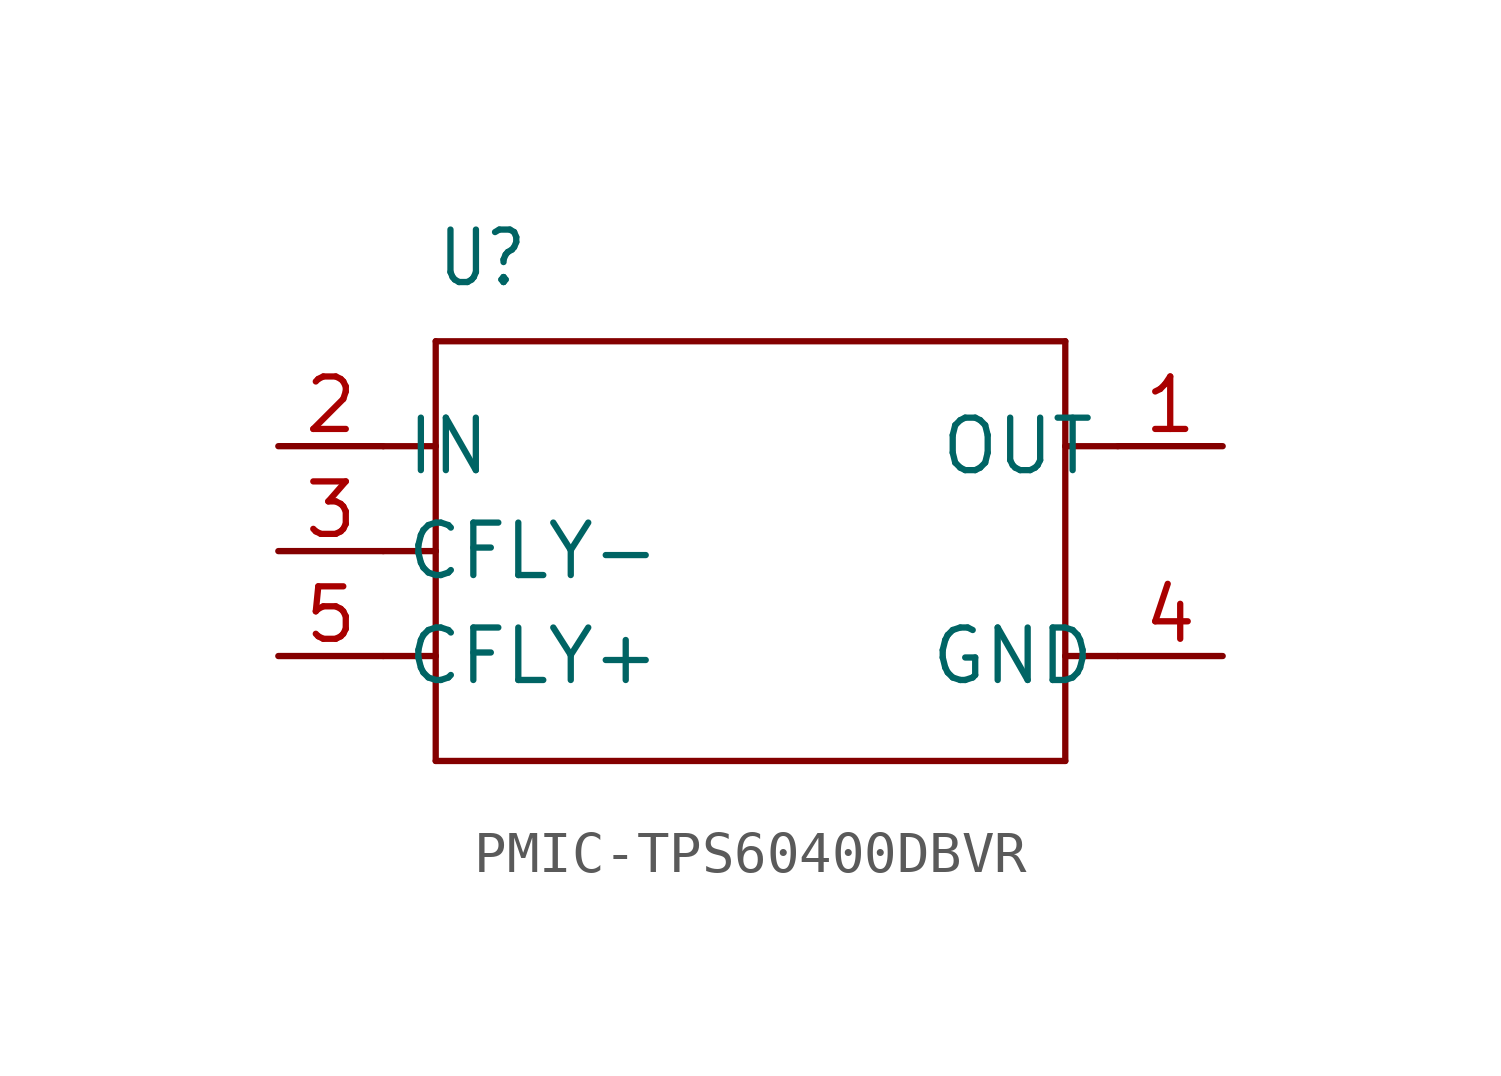
<source format=kicad_sym>
(kicad_symbol_lib
  (version 20220914)
  (generator kicad_symbol_editor)
  (symbol "PMIC-TPS60400DBVR"
    (property "Reference" "U"
      (at -7.62 6.35 0)
      (effects (font (size 1.27 1.079)) (justify left bottom)))
    (property "Value" ""
      (at -7.62 5.08 0)
      (effects (font (size 1.27 1.079)) (justify left bottom)))
    (property "ki_locked" ""
      (at 0 0 0)
      (effects (font (size 1.27 1.27))))
    (symbol "PMIC-TPS60400DBVR_1_0"
      (polyline (pts (xy -7.62 -5.08) (xy -7.62 -2.54)) (stroke (width 0.152) (type solid)) (fill (type none)))
      (polyline (pts (xy -7.62 -2.54) (xy -8.89 -2.54)) (stroke (width 0.152) (type solid)) (fill (type none)))
      (polyline (pts (xy -7.62 -2.54) (xy -7.62 0)) (stroke (width 0.152) (type solid)) (fill (type none)))
      (polyline (pts (xy -7.62 0) (xy -8.89 0)) (stroke (width 0.152) (type solid)) (fill (type none)))
      (polyline (pts (xy -7.62 0) (xy -7.62 2.54)) (stroke (width 0.152) (type solid)) (fill (type none)))
      (polyline (pts (xy -7.62 2.54) (xy -8.89 2.54)) (stroke (width 0.152) (type solid)) (fill (type none)))
      (polyline (pts (xy -7.62 2.54) (xy -7.62 5.08)) (stroke (width 0.152) (type solid)) (fill (type none)))
      (polyline (pts (xy -7.62 5.08) (xy 7.62 5.08)) (stroke (width 0.152) (type solid)) (fill (type none)))
      (polyline (pts (xy 7.62 -5.08) (xy -7.62 -5.08)) (stroke (width 0.152) (type solid)) (fill (type none)))
      (polyline (pts (xy 7.62 -2.54) (xy 7.62 -5.08)) (stroke (width 0.152) (type solid)) (fill (type none)))
      (polyline (pts (xy 7.62 2.54) (xy 7.62 -2.54)) (stroke (width 0.152) (type solid)) (fill (type none)))
      (polyline (pts (xy 7.62 5.08) (xy 7.62 2.54)) (stroke (width 0.152) (type solid)) (fill (type none)))
      (polyline (pts (xy 8.89 -2.54) (xy 7.62 -2.54)) (stroke (width 0.152) (type solid)) (fill (type none)))
      (polyline (pts (xy 8.89 2.54) (xy 7.62 2.54)) (stroke (width 0.152) (type solid)) (fill (type none)))
      (pin bidirectional line (at 11.43 2.54 180) (length 2.54) (name "OUT" (effects (font (size 1.27 1.27)))) (number "1" (effects (font (size 1.27 1.27)))))
      (pin bidirectional line (at -11.43 2.54 0) (length 2.54) (name "IN" (effects (font (size 1.27 1.27)))) (number "2" (effects (font (size 1.27 1.27)))))
      (pin bidirectional line (at -11.43 0 0) (length 2.54) (name "CFLY-" (effects (font (size 1.27 1.27)))) (number "3" (effects (font (size 1.27 1.27)))))
      (pin bidirectional line (at 11.43 -2.54 180) (length 2.54) (name "GND" (effects (font (size 1.27 1.27)))) (number "4" (effects (font (size 1.27 1.27)))))
      (pin bidirectional line (at -11.43 -2.54 0) (length 2.54) (name "CFLY+" (effects (font (size 1.27 1.27)))) (number "5" (effects (font (size 1.27 1.27))))))))
</source>
